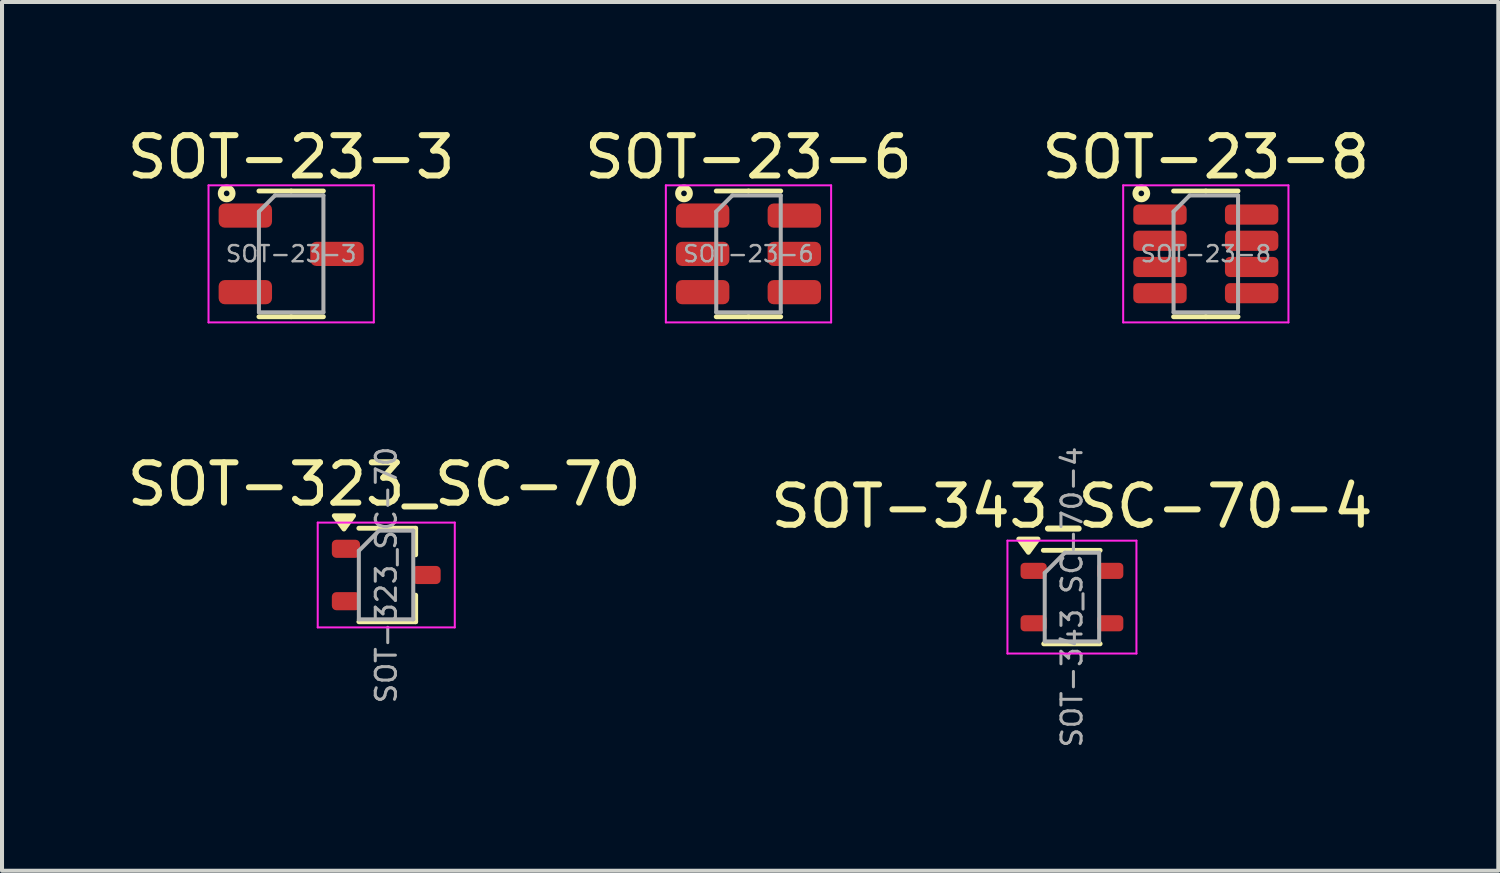
<source format=kicad_pcb>
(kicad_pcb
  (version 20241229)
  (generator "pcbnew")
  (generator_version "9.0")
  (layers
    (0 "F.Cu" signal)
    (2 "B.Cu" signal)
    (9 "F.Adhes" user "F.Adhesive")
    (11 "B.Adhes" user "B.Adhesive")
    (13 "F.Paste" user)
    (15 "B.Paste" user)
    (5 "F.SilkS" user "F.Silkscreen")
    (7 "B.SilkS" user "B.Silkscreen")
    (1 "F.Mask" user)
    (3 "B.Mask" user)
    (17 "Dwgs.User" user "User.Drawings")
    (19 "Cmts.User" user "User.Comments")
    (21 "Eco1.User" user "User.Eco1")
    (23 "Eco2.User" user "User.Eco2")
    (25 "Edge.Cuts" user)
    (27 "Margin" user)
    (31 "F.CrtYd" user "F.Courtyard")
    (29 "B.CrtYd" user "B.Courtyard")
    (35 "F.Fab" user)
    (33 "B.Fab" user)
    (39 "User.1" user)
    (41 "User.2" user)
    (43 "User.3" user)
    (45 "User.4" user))
  (footprint "SOT-323_SC-70"
    (layer "F.Cu")
    (at 6.532 11.214)
    (property "Reference" "SOT-323_SC-70" (at -0.05 -2.25 0) (layer "F.SilkS") (effects (font (size 1 1) (thickness 0.15))))
    (attr smd)
    (fp_line (start -0.68 -1.16) (end 0.73 -1.16) (stroke (width 0.12) (type solid)) (layer "F.SilkS"))
    (fp_line (start -0.68 1.16) (end 0.73 1.16) (stroke (width 0.12) (type solid)) (layer "F.SilkS"))
    (fp_line (start 0.73 -1.16) (end 0.73 -0.5) (stroke (width 0.12) (type solid)) (layer "F.SilkS"))
    (fp_line (start 0.73 0.5) (end 0.73 1.16) (stroke (width 0.12) (type solid)) (layer "F.SilkS"))
    (fp_poly (pts (xy -1.05 -1.14) (xy -1.29 -1.47) (xy -0.81 -1.47) (xy -1.05 -1.14)) (stroke (width 0.12) (type solid)) (fill yes) (layer "F.SilkS"))
    (fp_line (start -1.7 -1.3) (end 1.7 -1.3) (stroke (width 0.05) (type solid)) (layer "F.CrtYd"))
    (fp_line (start -1.7 1.3) (end -1.7 -1.3) (stroke (width 0.05) (type solid)) (layer "F.CrtYd"))
    (fp_line (start 1.7 -1.3) (end 1.7 1.3) (stroke (width 0.05) (type solid)) (layer "F.CrtYd"))
    (fp_line (start 1.7 1.3) (end -1.7 1.3) (stroke (width 0.05) (type solid)) (layer "F.CrtYd"))
    (fp_line (start -0.68 -0.6) (end -0.68 1.1) (stroke (width 0.1) (type solid)) (layer "F.Fab"))
    (fp_line (start -0.18 -1.1) (end -0.68 -0.6) (stroke (width 0.1) (type solid)) (layer "F.Fab"))
    (fp_line (start 0.67 -1.1) (end -0.18 -1.1) (stroke (width 0.1) (type solid)) (layer "F.Fab"))
    (fp_line (start 0.67 -1.1) (end 0.67 1.1) (stroke (width 0.1) (type solid)) (layer "F.Fab"))
    (fp_line (start 0.67 1.1) (end -0.68 1.1) (stroke (width 0.1) (type solid)) (layer "F.Fab"))
    (fp_text user "${REFERENCE}" (at 0 0 90) (layer "F.Fab") (effects (font (size 0.5 0.5) (thickness 0.075))))
    (pad "1" smd roundrect (at -1 -0.65 270) (size 0.45 0.7) (layers "F.Cu" "F.Mask" "F.Paste") (roundrect_rratio 0.25))
    (pad "2" smd roundrect (at -1 0.65 270) (size 0.45 0.7) (layers "F.Cu" "F.Mask" "F.Paste") (roundrect_rratio 0.25))
    (pad "3" smd roundrect (at 1 0 270) (size 0.45 0.7) (layers "F.Cu" "F.Mask" "F.Paste") (roundrect_rratio 0.25)))
  (footprint "SOT-343_SC-70-4"
    (layer "F.Cu")
    (at 23.542 11.762)
    (property "Reference" "SOT-343_SC-70-4" (at 0 -2.25 0) (layer "F.SilkS") (effects (font (size 1 1) (thickness 0.15))))
    (attr smd)
    (fp_line (start -0.71 -1.16) (end 0.7 -1.16) (stroke (width 0.12) (type solid)) (layer "F.SilkS"))
    (fp_line (start -0.7 1.16) (end 0.7 1.16) (stroke (width 0.12) (type solid)) (layer "F.SilkS"))
    (fp_poly (pts (xy -1.08 -1.11) (xy -1.32 -1.44) (xy -0.84 -1.44) (xy -1.08 -1.11)) (stroke (width 0.12) (type solid)) (fill yes) (layer "F.SilkS"))
    (fp_line (start -1.6 -1.4) (end -1.6 1.4) (stroke (width 0.05) (type solid)) (layer "F.CrtYd"))
    (fp_line (start -1.6 -1.4) (end 1.6 -1.4) (stroke (width 0.05) (type solid)) (layer "F.CrtYd"))
    (fp_line (start -1.6 1.4) (end 1.6 1.4) (stroke (width 0.05) (type solid)) (layer "F.CrtYd"))
    (fp_line (start 1.6 1.4) (end 1.6 -1.4) (stroke (width 0.05) (type solid)) (layer "F.CrtYd"))
    (fp_line (start -0.675 -0.6) (end -0.675 1.1) (stroke (width 0.1) (type solid)) (layer "F.Fab"))
    (fp_line (start -0.175 -1.1) (end -0.675 -0.6) (stroke (width 0.1) (type solid)) (layer "F.Fab"))
    (fp_line (start 0.675 -1.1) (end -0.175 -1.1) (stroke (width 0.1) (type solid)) (layer "F.Fab"))
    (fp_line (start 0.675 -1.1) (end 0.675 1.1) (stroke (width 0.1) (type solid)) (layer "F.Fab"))
    (fp_line (start 0.675 1.1) (end -0.675 1.1) (stroke (width 0.1) (type solid)) (layer "F.Fab"))
    (fp_text user "${REFERENCE}" (at 0 0 90) (layer "F.Fab") (effects (font (size 0.5 0.5) (thickness 0.075))))
    (pad "1" smd roundrect (at -0.95 -0.65) (size 0.65 0.4) (layers "F.Cu" "F.Mask" "F.Paste") (roundrect_rratio 0.25))
    (pad "2" smd roundrect (at -0.95 0.65) (size 0.65 0.4) (layers "F.Cu" "F.Mask" "F.Paste") (roundrect_rratio 0.25))
    (pad "3" smd roundrect (at 0.95 0.65) (size 0.65 0.4) (layers "F.Cu" "F.Mask" "F.Paste") (roundrect_rratio 0.25))
    (pad "4" smd roundrect (at 0.95 -0.65) (size 0.65 0.4) (layers "F.Cu" "F.Mask" "F.Paste") (roundrect_rratio 0.25)))
  (footprint "SOT-23-6"
    (layer "F.Cu")
    (at 15.518 3.248)
    (property "Reference" "SOT-23-6" (at 0 -2.4 0) (layer "F.SilkS") (effects (font (size 1 1) (thickness 0.15))))
    (attr smd)
    (fp_line (start 0 -1.56) (end -0.8 -1.56) (stroke (width 0.12) (type solid)) (layer "F.SilkS"))
    (fp_line (start 0 -1.56) (end 0.8 -1.56) (stroke (width 0.12) (type solid)) (layer "F.SilkS"))
    (fp_line (start 0 1.56) (end -0.8 1.56) (stroke (width 0.12) (type solid)) (layer "F.SilkS"))
    (fp_line (start 0 1.56) (end 0.8 1.56) (stroke (width 0.12) (type solid)) (layer "F.SilkS"))
    (fp_circle (center -1.6 -1.5) (end -1.53 -1.5) (stroke (width 0.15) (type solid)) (fill no) (layer "F.SilkS"))
    (fp_line (start -2.05 -1.7) (end -2.05 1.7) (stroke (width 0.05) (type solid)) (layer "F.CrtYd"))
    (fp_line (start -2.05 1.7) (end 2.05 1.7) (stroke (width 0.05) (type solid)) (layer "F.CrtYd"))
    (fp_line (start 2.05 -1.7) (end -2.05 -1.7) (stroke (width 0.05) (type solid)) (layer "F.CrtYd"))
    (fp_line (start 2.05 1.7) (end 2.05 -1.7) (stroke (width 0.05) (type solid)) (layer "F.CrtYd"))
    (fp_line (start -0.8 -1.05) (end -0.4 -1.45) (stroke (width 0.1) (type solid)) (layer "F.Fab"))
    (fp_line (start -0.8 1.45) (end -0.8 -1.05) (stroke (width 0.1) (type solid)) (layer "F.Fab"))
    (fp_line (start -0.4 -1.45) (end 0.8 -1.45) (stroke (width 0.1) (type solid)) (layer "F.Fab"))
    (fp_line (start 0.8 -1.45) (end 0.8 1.45) (stroke (width 0.1) (type solid)) (layer "F.Fab"))
    (fp_line (start 0.8 1.45) (end -0.8 1.45) (stroke (width 0.1) (type solid)) (layer "F.Fab"))
    (fp_text user "${REFERENCE}" (at 0 0 0) (layer "F.Fab") (effects (font (size 0.4 0.4) (thickness 0.06))))
    (pad "1" smd roundrect (at -1.137 -0.95) (size 1.325 0.6) (layers "F.Cu" "F.Mask" "F.Paste") (roundrect_rratio 0.25))
    (pad "2" smd roundrect (at -1.137 0) (size 1.325 0.6) (layers "F.Cu" "F.Mask" "F.Paste") (roundrect_rratio 0.25))
    (pad "3" smd roundrect (at -1.137 0.95) (size 1.325 0.6) (layers "F.Cu" "F.Mask" "F.Paste") (roundrect_rratio 0.25))
    (pad "4" smd roundrect (at 1.137 0.95) (size 1.325 0.6) (layers "F.Cu" "F.Mask" "F.Paste") (roundrect_rratio 0.25))
    (pad "5" smd roundrect (at 1.137 0) (size 1.325 0.6) (layers "F.Cu" "F.Mask" "F.Paste") (roundrect_rratio 0.25))
    (pad "6" smd roundrect (at 1.137 -0.95) (size 1.325 0.6) (layers "F.Cu" "F.Mask" "F.Paste") (roundrect_rratio 0.25)))
  (footprint "SOT-23-8"
    (layer "F.Cu")
    (at 26.863 3.248)
    (property "Reference" "SOT-23-8" (at 0 -2.4 0) (layer "F.SilkS") (effects (font (size 1 1) (thickness 0.15))))
    (attr smd)
    (fp_line (start 0 -1.56) (end -0.8 -1.56) (stroke (width 0.12) (type solid)) (layer "F.SilkS"))
    (fp_line (start 0 -1.56) (end 0.8 -1.56) (stroke (width 0.12) (type solid)) (layer "F.SilkS"))
    (fp_line (start 0 1.56) (end -0.8 1.56) (stroke (width 0.12) (type solid)) (layer "F.SilkS"))
    (fp_line (start 0 1.56) (end 0.8 1.56) (stroke (width 0.12) (type solid)) (layer "F.SilkS"))
    (fp_circle (center -1.6 -1.5) (end -1.53 -1.5) (stroke (width 0.15) (type solid)) (fill no) (layer "F.SilkS"))
    (fp_line (start -2.05 -1.7) (end -2.05 1.7) (stroke (width 0.05) (type solid)) (layer "F.CrtYd"))
    (fp_line (start -2.05 1.7) (end 2.05 1.7) (stroke (width 0.05) (type solid)) (layer "F.CrtYd"))
    (fp_line (start 2.05 -1.7) (end -2.05 -1.7) (stroke (width 0.05) (type solid)) (layer "F.CrtYd"))
    (fp_line (start 2.05 1.7) (end 2.05 -1.7) (stroke (width 0.05) (type solid)) (layer "F.CrtYd"))
    (fp_line (start -0.8 -1.05) (end -0.4 -1.45) (stroke (width 0.1) (type solid)) (layer "F.Fab"))
    (fp_line (start -0.8 1.45) (end -0.8 -1.05) (stroke (width 0.1) (type solid)) (layer "F.Fab"))
    (fp_line (start -0.4 -1.45) (end 0.8 -1.45) (stroke (width 0.1) (type solid)) (layer "F.Fab"))
    (fp_line (start 0.8 -1.45) (end 0.8 1.45) (stroke (width 0.1) (type solid)) (layer "F.Fab"))
    (fp_line (start 0.8 1.45) (end -0.8 1.45) (stroke (width 0.1) (type solid)) (layer "F.Fab"))
    (fp_text user "${REFERENCE}" (at 0 0 0) (layer "F.Fab") (effects (font (size 0.4 0.4) (thickness 0.06))))
    (pad "1" smd roundrect (at -1.137 -0.975) (size 1.325 0.5) (layers "F.Cu" "F.Mask" "F.Paste") (roundrect_rratio 0.25))
    (pad "2" smd roundrect (at -1.137 -0.325) (size 1.325 0.5) (layers "F.Cu" "F.Mask" "F.Paste") (roundrect_rratio 0.25))
    (pad "3" smd roundrect (at -1.137 0.325) (size 1.325 0.5) (layers "F.Cu" "F.Mask" "F.Paste") (roundrect_rratio 0.25))
    (pad "4" smd roundrect (at -1.137 0.975) (size 1.325 0.5) (layers "F.Cu" "F.Mask" "F.Paste") (roundrect_rratio 0.25))
    (pad "5" smd roundrect (at 1.137 0.975) (size 1.325 0.5) (layers "F.Cu" "F.Mask" "F.Paste") (roundrect_rratio 0.25))
    (pad "6" smd roundrect (at 1.137 0.325) (size 1.325 0.5) (layers "F.Cu" "F.Mask" "F.Paste") (roundrect_rratio 0.25))
    (pad "7" smd roundrect (at 1.137 -0.325) (size 1.325 0.5) (layers "F.Cu" "F.Mask" "F.Paste") (roundrect_rratio 0.25))
    (pad "8" smd roundrect (at 1.137 -0.975) (size 1.325 0.5) (layers "F.Cu" "F.Mask" "F.Paste") (roundrect_rratio 0.25)))
  (footprint "SOT-23-3"
    (layer "F.Cu")
    (at 4.173 3.248)
    (property "Reference" "SOT-23-3" (at 0 -2.4 0) (layer "F.SilkS") (effects (font (size 1 1) (thickness 0.15))))
    (attr smd)
    (fp_line (start 0 -1.56) (end -0.8 -1.56) (stroke (width 0.12) (type solid)) (layer "F.SilkS"))
    (fp_line (start 0 -1.56) (end 0.8 -1.56) (stroke (width 0.12) (type solid)) (layer "F.SilkS"))
    (fp_line (start 0 1.56) (end -0.8 1.56) (stroke (width 0.12) (type solid)) (layer "F.SilkS"))
    (fp_line (start 0 1.56) (end 0.8 1.56) (stroke (width 0.12) (type solid)) (layer "F.SilkS"))
    (fp_circle (center -1.6 -1.5) (end -1.53 -1.5) (stroke (width 0.15) (type solid)) (fill no) (layer "F.SilkS"))
    (fp_line (start -2.05 -1.7) (end -2.05 1.7) (stroke (width 0.05) (type solid)) (layer "F.CrtYd"))
    (fp_line (start -2.05 1.7) (end 2.05 1.7) (stroke (width 0.05) (type solid)) (layer "F.CrtYd"))
    (fp_line (start 2.05 -1.7) (end -2.05 -1.7) (stroke (width 0.05) (type solid)) (layer "F.CrtYd"))
    (fp_line (start 2.05 1.7) (end 2.05 -1.7) (stroke (width 0.05) (type solid)) (layer "F.CrtYd"))
    (fp_line (start -0.8 -1.05) (end -0.4 -1.45) (stroke (width 0.1) (type solid)) (layer "F.Fab"))
    (fp_line (start -0.8 1.45) (end -0.8 -1.05) (stroke (width 0.1) (type solid)) (layer "F.Fab"))
    (fp_line (start -0.4 -1.45) (end 0.8 -1.45) (stroke (width 0.1) (type solid)) (layer "F.Fab"))
    (fp_line (start 0.8 -1.45) (end 0.8 1.45) (stroke (width 0.1) (type solid)) (layer "F.Fab"))
    (fp_line (start 0.8 1.45) (end -0.8 1.45) (stroke (width 0.1) (type solid)) (layer "F.Fab"))
    (fp_text user "${REFERENCE}" (at 0 0 0) (layer "F.Fab") (effects (font (size 0.4 0.4) (thickness 0.06))))
    (pad "1" smd roundrect (at -1.137 -0.95) (size 1.325 0.6) (layers "F.Cu" "F.Mask" "F.Paste") (roundrect_rratio 0.25))
    (pad "2" smd roundrect (at -1.137 0.95) (size 1.325 0.6) (layers "F.Cu" "F.Mask" "F.Paste") (roundrect_rratio 0.25))
    (pad "3" smd roundrect (at 1.137 0) (size 1.325 0.6) (layers "F.Cu" "F.Mask" "F.Paste") (roundrect_rratio 0.25)))
  (gr_rect
    (start -3 -3)
    (end 34.119 18.551)
    (stroke (width 0.1) (type default))
    (fill no)
    (layer "Edge.Cuts")))
</source>
